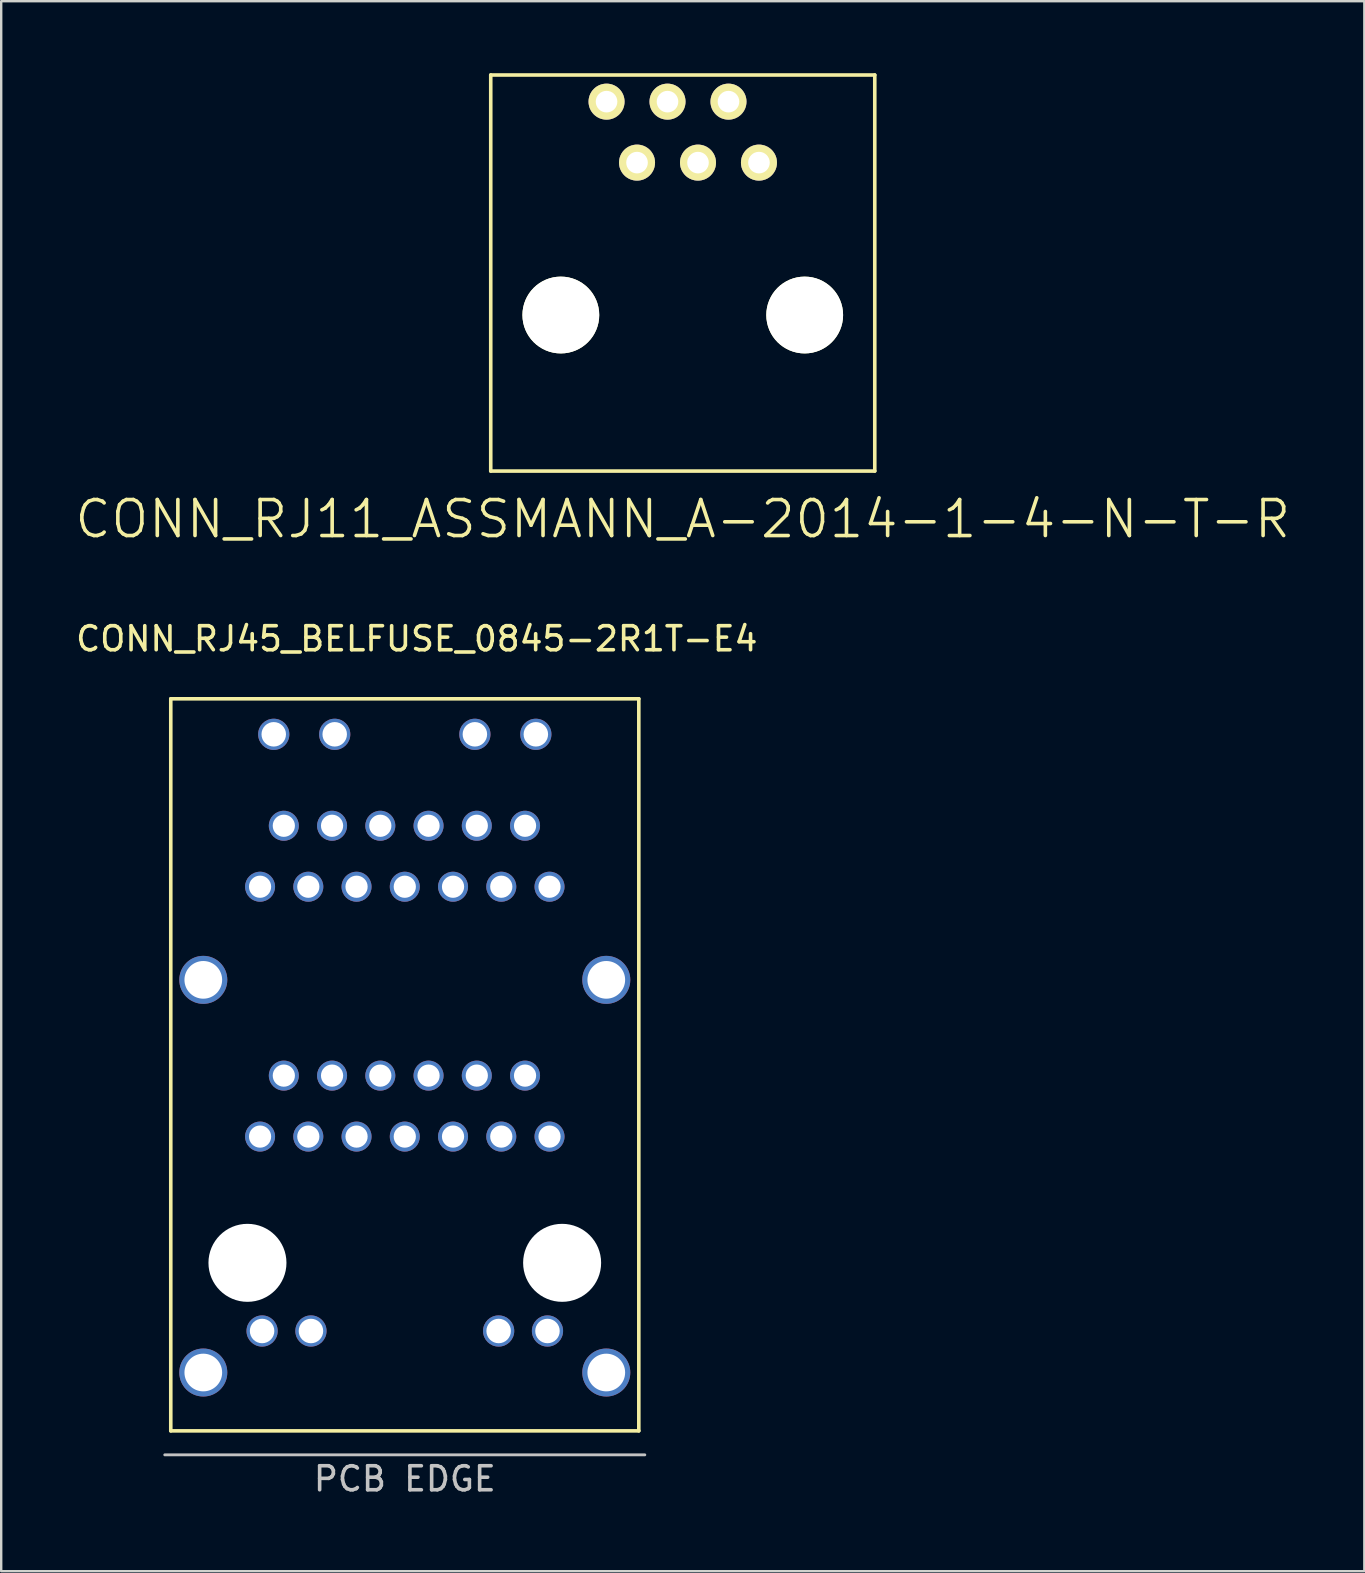
<source format=kicad_pcb>
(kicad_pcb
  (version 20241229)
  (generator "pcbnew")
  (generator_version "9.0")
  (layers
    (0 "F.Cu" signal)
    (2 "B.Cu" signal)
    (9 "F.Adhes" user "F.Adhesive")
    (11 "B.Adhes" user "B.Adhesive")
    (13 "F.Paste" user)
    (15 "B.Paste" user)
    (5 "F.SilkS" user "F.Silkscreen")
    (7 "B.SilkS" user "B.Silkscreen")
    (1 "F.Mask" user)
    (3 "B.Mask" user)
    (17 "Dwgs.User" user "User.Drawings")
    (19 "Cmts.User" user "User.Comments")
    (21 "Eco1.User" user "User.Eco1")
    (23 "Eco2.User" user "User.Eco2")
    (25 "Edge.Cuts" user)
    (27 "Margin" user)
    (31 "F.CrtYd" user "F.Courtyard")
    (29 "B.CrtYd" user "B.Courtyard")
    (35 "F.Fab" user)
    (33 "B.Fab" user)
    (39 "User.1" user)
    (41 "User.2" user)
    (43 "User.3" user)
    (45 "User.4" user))
  (footprint "CONN_RJ45_BELFUSE_0845-2R1T-E4"
    (layer "F.Cu")
    (at 13.815 49.564)
    (property "Reference" "CONN_RJ45_BELFUSE_0845-2R1T-E4" (at 0.5 -26 0) (unlocked yes) (layer "F.SilkS") (effects (font (size 1 1) (thickness 0.15))))
    (attr smd)
    (fp_line (start -9.75 -23.5) (end -9.75 7) (stroke (width 0.15) (type solid)) (layer "F.SilkS"))
    (fp_line (start -9.75 7) (end 9.75 7) (stroke (width 0.15) (type solid)) (layer "F.SilkS"))
    (fp_line (start 9.75 -23.5) (end -9.75 -23.5) (stroke (width 0.15) (type solid)) (layer "F.SilkS"))
    (fp_line (start 9.75 7) (end 9.75 -23.5) (stroke (width 0.15) (type solid)) (layer "F.SilkS"))
    (fp_line (start -10 8) (end 10 8) (stroke (width 0.12) (type solid)) (layer "Dwgs.User"))
    (fp_text user "PCB EDGE" (at 0 9 0) (unlocked yes) (layer "Dwgs.User") (effects (font (size 1 1) (thickness 0.15))))
    (pad "" np_thru_hole circle (at -6.555 0) (size 3.25 3.25) (drill 3.25) (layers "*.Cu" "*.Mask"))
    (pad "" np_thru_hole circle (at 6.555 0) (size 3.25 3.25) (drill 3.25) (layers "*.Cu" "*.Mask"))
    (pad "1" thru_hole circle (at -6.03 -5.26) (size 1.25 1.25) (drill 0.925) (layers "*.Cu" "*.Mask"))
    (pad "2" thru_hole circle (at -4.02 -5.26) (size 1.25 1.25) (drill 0.925) (layers "*.Cu" "*.Mask"))
    (pad "3" thru_hole circle (at -2.01 -5.26) (size 1.25 1.25) (drill 0.925) (layers "*.Cu" "*.Mask"))
    (pad "4" thru_hole circle (at 0 -5.26) (size 1.25 1.25) (drill 0.925) (layers "*.Cu" "*.Mask"))
    (pad "5" thru_hole circle (at 2.01 -5.26) (size 1.25 1.25) (drill 0.925) (layers "*.Cu" "*.Mask"))
    (pad "6" thru_hole circle (at 4.02 -5.26) (size 1.25 1.25) (drill 0.925) (layers "*.Cu" "*.Mask"))
    (pad "7" thru_hole circle (at 6.03 -5.26) (size 1.25 1.25) (drill 0.925) (layers "*.Cu" "*.Mask"))
    (pad "8" thru_hole circle (at -5.04 -7.8) (size 1.25 1.25) (drill 0.925) (layers "*.Cu" "*.Mask"))
    (pad "9" thru_hole circle (at -3.03 -7.8) (size 1.25 1.25) (drill 0.925) (layers "*.Cu" "*.Mask"))
    (pad "10" thru_hole circle (at -1.02 -7.8) (size 1.25 1.25) (drill 0.925) (layers "*.Cu" "*.Mask"))
    (pad "11" thru_hole circle (at 0.99 -7.8) (size 1.25 1.25) (drill 0.925) (layers "*.Cu" "*.Mask"))
    (pad "12" thru_hole circle (at 3 -7.8) (size 1.25 1.25) (drill 0.925) (layers "*.Cu" "*.Mask"))
    (pad "13" thru_hole circle (at 5.01 -7.8) (size 1.25 1.25) (drill 0.925) (layers "*.Cu" "*.Mask"))
    (pad "14" thru_hole circle (at -6.03 -15.67) (size 1.25 1.25) (drill 0.925) (layers "*.Cu" "*.Mask"))
    (pad "15" thru_hole circle (at -4.02 -15.67) (size 1.25 1.25) (drill 0.925) (layers "*.Cu" "*.Mask"))
    (pad "16" thru_hole circle (at -2.01 -15.67) (size 1.25 1.25) (drill 0.925) (layers "*.Cu" "*.Mask"))
    (pad "17" thru_hole circle (at 0 -15.67) (size 1.25 1.25) (drill 0.925) (layers "*.Cu" "*.Mask"))
    (pad "18" thru_hole circle (at 2.01 -15.67) (size 1.25 1.25) (drill 0.925) (layers "*.Cu" "*.Mask"))
    (pad "19" thru_hole circle (at 4.02 -15.67) (size 1.25 1.25) (drill 0.925) (layers "*.Cu" "*.Mask"))
    (pad "20" thru_hole circle (at 6.03 -15.67) (size 1.25 1.25) (drill 0.925) (layers "*.Cu" "*.Mask"))
    (pad "21" thru_hole circle (at -5.04 -18.21) (size 1.25 1.25) (drill 0.925) (layers "*.Cu" "*.Mask"))
    (pad "22" thru_hole circle (at -3.03 -18.21) (size 1.25 1.25) (drill 0.925) (layers "*.Cu" "*.Mask"))
    (pad "23" thru_hole circle (at -1.02 -18.21) (size 1.25 1.25) (drill 0.925) (layers "*.Cu" "*.Mask"))
    (pad "24" thru_hole circle (at 0.99 -18.21) (size 1.25 1.25) (drill 0.925) (layers "*.Cu" "*.Mask"))
    (pad "25" thru_hole circle (at 3 -18.21) (size 1.25 1.25) (drill 0.925) (layers "*.Cu" "*.Mask"))
    (pad "26" thru_hole circle (at 5.01 -18.21) (size 1.25 1.25) (drill 0.925) (layers "*.Cu" "*.Mask"))
    (pad "27" thru_hole circle (at -5.945 2.84) (size 1.3 1.3) (drill 1.02) (layers "*.Cu" "*.Mask"))
    (pad "28" thru_hole circle (at -3.91 2.84) (size 1.3 1.3) (drill 1.02) (layers "*.Cu" "*.Mask"))
    (pad "29" thru_hole circle (at 3.91 2.84) (size 1.3 1.3) (drill 1.02) (layers "*.Cu" "*.Mask"))
    (pad "30" thru_hole circle (at 5.945 2.84) (size 1.3 1.3) (drill 1.02) (layers "*.Cu" "*.Mask"))
    (pad "31" thru_hole circle (at -5.46 -22.02) (size 1.3 1.3) (drill 1.02) (layers "*.Cu" "*.Mask"))
    (pad "32" thru_hole circle (at -2.92 -22.02) (size 1.3 1.3) (drill 1.02) (layers "*.Cu" "*.Mask"))
    (pad "33" thru_hole circle (at 2.92 -22.02) (size 1.3 1.3) (drill 1.02) (layers "*.Cu" "*.Mask"))
    (pad "34" thru_hole circle (at 5.46 -22.02) (size 1.3 1.3) (drill 1.02) (layers "*.Cu" "*.Mask"))
    (pad "SHLD" thru_hole circle (at -8.395 -11.79) (size 2 2) (drill 1.57) (layers "*.Cu" "*.Mask"))
    (pad "SHLD" thru_hole circle (at -8.395 4.57) (size 2 2) (drill 1.57) (layers "*.Cu" "*.Mask"))
    (pad "SHLD" thru_hole circle (at 8.395 -11.79) (size 2 2) (drill 1.57) (layers "*.Cu" "*.Mask"))
    (pad "SHLD" thru_hole circle (at 8.395 4.57) (size 2 2) (drill 1.57) (layers "*.Cu" "*.Mask")))
  (footprint "CONN_RJ11_ASSMANN_A-2014-1-4-N-T-R"
    (layer "F.Cu")
    (at 25.396 10.075)
    (property "Reference" "CONN_RJ11_ASSMANN_A-2014-1-4-N-T-R" (at 0 8.5 0) (layer "F.SilkS") (effects (font (size 1.5 1.5) (thickness 0.15))))
    (attr through_hole)
    (fp_line (start -8 -10) (end -8 6.5) (stroke (width 0.15) (type solid)) (layer "F.SilkS"))
    (fp_line (start -8 6.5) (end 8 6.5) (stroke (width 0.15) (type solid)) (layer "F.SilkS"))
    (fp_line (start 8 -10) (end -8 -10) (stroke (width 0.15) (type solid)) (layer "F.SilkS"))
    (fp_line (start 8 -10) (end 8 6.5) (stroke (width 0.15) (type solid)) (layer "F.SilkS"))
    (pad "" np_thru_hole circle (at -5.08 0) (size 3.2 3.2) (drill 3.2) (layers "*.Cu" "*.Mask" "F.SilkS"))
    (pad "" np_thru_hole circle (at 5.08 0) (size 3.2 3.2) (drill 3.2) (layers "*.Cu" "*.Mask" "F.SilkS"))
    (pad "1" thru_hole circle (at -3.175 -8.89) (size 1.5 1.5) (drill 0.9) (layers "*.Cu" "*.Mask" "F.SilkS"))
    (pad "2" thru_hole circle (at -1.905 -6.35) (size 1.5 1.5) (drill 0.9) (layers "*.Cu" "*.Mask" "F.SilkS"))
    (pad "3" thru_hole circle (at -0.635 -8.89) (size 1.5 1.5) (drill 0.9) (layers "*.Cu" "*.Mask" "F.SilkS"))
    (pad "4" thru_hole circle (at 0.635 -6.35) (size 1.5 1.5) (drill 0.9) (layers "*.Cu" "*.Mask" "F.SilkS"))
    (pad "5" thru_hole circle (at 1.905 -8.89) (size 1.5 1.5) (drill 0.9) (layers "*.Cu" "*.Mask" "F.SilkS"))
    (pad "6" thru_hole circle (at 3.175 -6.35) (size 1.5 1.5) (drill 0.9) (layers "*.Cu" "*.Mask" "F.SilkS")))
  (gr_rect
    (start -3 -3)
    (end 53.793 62.412)
    (stroke (width 0.1) (type default))
    (fill no)
    (layer "Edge.Cuts")))
</source>
